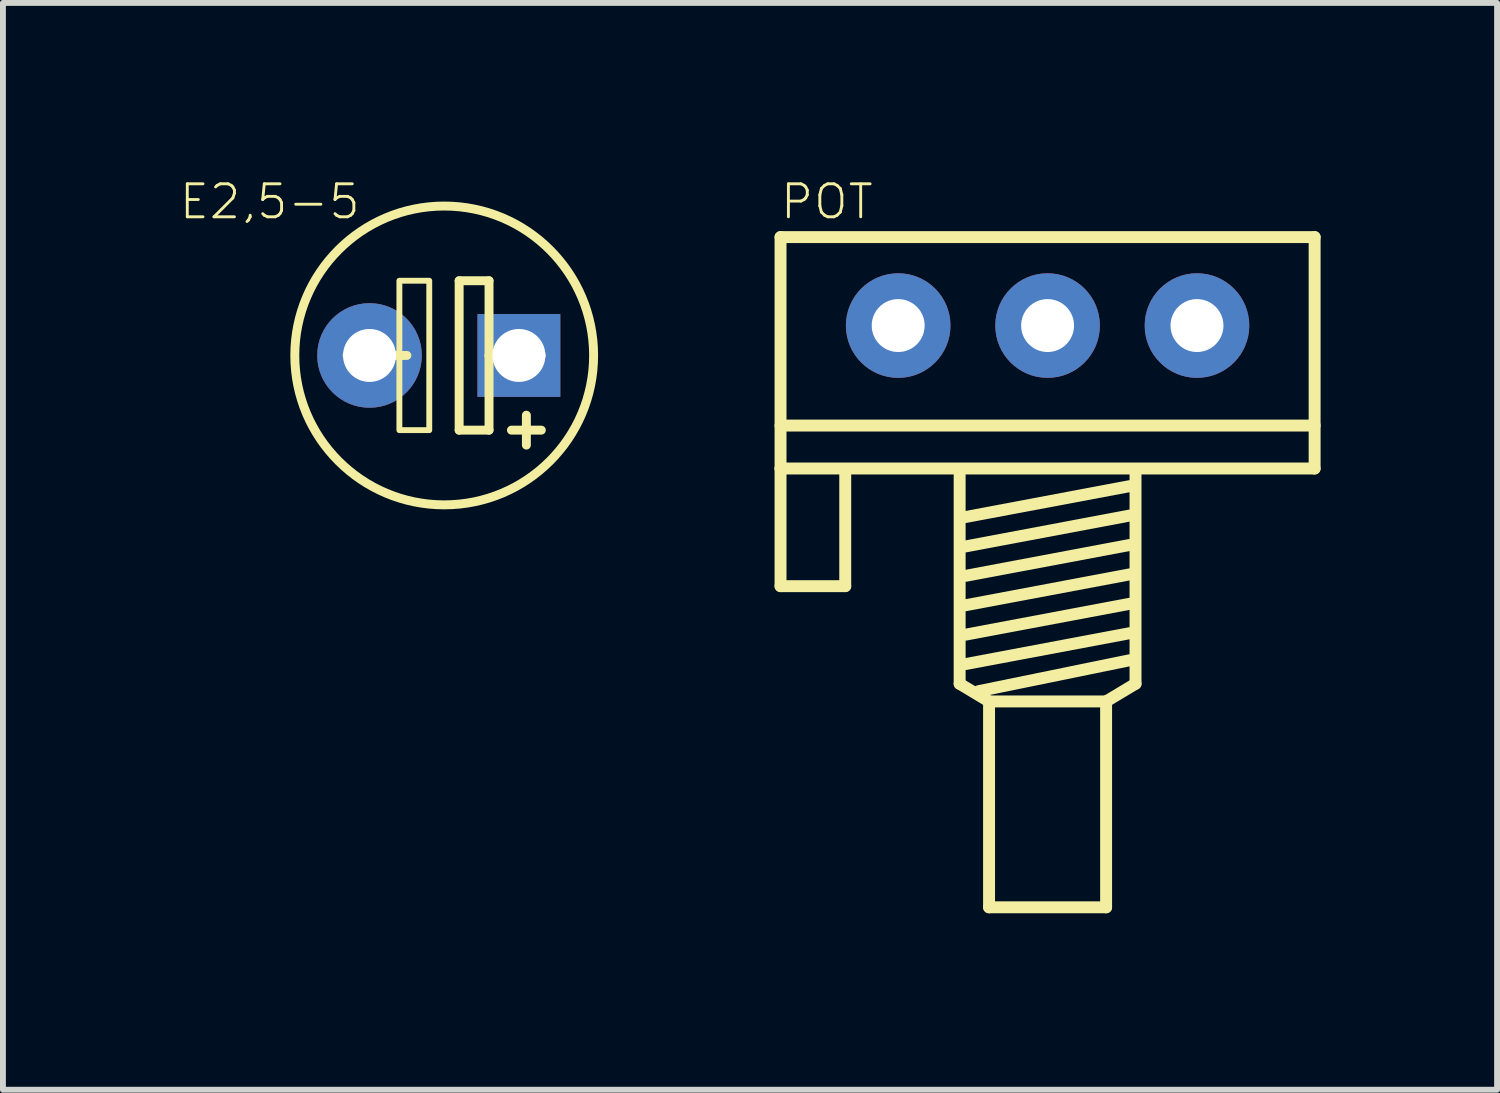
<source format=kicad_pcb>
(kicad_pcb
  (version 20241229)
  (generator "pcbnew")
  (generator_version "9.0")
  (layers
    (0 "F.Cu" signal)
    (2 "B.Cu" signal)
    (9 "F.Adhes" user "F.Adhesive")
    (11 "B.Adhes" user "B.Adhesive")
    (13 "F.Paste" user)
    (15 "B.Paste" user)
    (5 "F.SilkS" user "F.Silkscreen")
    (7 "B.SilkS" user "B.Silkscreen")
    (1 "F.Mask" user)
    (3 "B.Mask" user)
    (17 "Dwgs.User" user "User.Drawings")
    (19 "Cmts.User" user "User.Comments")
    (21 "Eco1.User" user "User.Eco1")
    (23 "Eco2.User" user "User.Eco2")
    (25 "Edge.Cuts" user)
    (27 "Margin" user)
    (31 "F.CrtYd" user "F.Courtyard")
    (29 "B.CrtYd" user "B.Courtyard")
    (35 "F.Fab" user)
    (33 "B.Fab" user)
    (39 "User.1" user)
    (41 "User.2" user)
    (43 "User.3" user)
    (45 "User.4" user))
  (footprint "POT"
    (layer "F.Cu")
    (at 14.76 2.485)
    (property "Reference" "POT" (at -4.572 -1.778 0) (layer "F.SilkS") (effects (font (size 0.561 0.561) (thickness 0.049)) (justify left bottom)))
    (fp_line (start -4.54 -1.504) (end 4.54 -1.504) (stroke (width 0.203) (type solid)) (layer "F.SilkS"))
    (fp_line (start -4.54 1.7) (end 4.54 1.7) (stroke (width 0.203) (type solid)) (layer "F.SilkS"))
    (fp_line (start -4.54 2.43) (end -4.54 -1.504) (stroke (width 0.203) (type solid)) (layer "F.SilkS"))
    (fp_line (start -4.54 2.43) (end -4.54 4.43) (stroke (width 0.203) (type solid)) (layer "F.SilkS"))
    (fp_line (start -4.54 2.43) (end 4.54 2.43) (stroke (width 0.203) (type solid)) (layer "F.SilkS"))
    (fp_line (start -4.54 4.43) (end -3.44 4.43) (stroke (width 0.203) (type solid)) (layer "F.SilkS"))
    (fp_line (start -3.44 4.43) (end -3.44 2.53) (stroke (width 0.203) (type solid)) (layer "F.SilkS"))
    (fp_line (start -1.495 2.53) (end -1.495 6.09) (stroke (width 0.203) (type solid)) (layer "F.SilkS"))
    (fp_line (start -1.495 6.09) (end -0.995 6.39) (stroke (width 0.203) (type solid)) (layer "F.SilkS"))
    (fp_line (start -1.395 3.255) (end 1.395 2.73) (stroke (width 0.203) (type solid)) (layer "F.SilkS"))
    (fp_line (start -1.395 3.755) (end 1.395 3.23) (stroke (width 0.203) (type solid)) (layer "F.SilkS"))
    (fp_line (start -1.395 4.255) (end 1.395 3.73) (stroke (width 0.203) (type solid)) (layer "F.SilkS"))
    (fp_line (start -1.395 4.755) (end 1.395 4.23) (stroke (width 0.203) (type solid)) (layer "F.SilkS"))
    (fp_line (start -1.395 5.255) (end 1.395 4.73) (stroke (width 0.203) (type solid)) (layer "F.SilkS"))
    (fp_line (start -1.395 5.755) (end 1.395 5.23) (stroke (width 0.203) (type solid)) (layer "F.SilkS"))
    (fp_line (start -1.17 6.215) (end 1.395 5.69) (stroke (width 0.203) (type solid)) (layer "F.SilkS"))
    (fp_line (start -0.995 6.39) (end -0.995 9.89) (stroke (width 0.203) (type solid)) (layer "F.SilkS"))
    (fp_line (start -0.995 6.39) (end 0.995 6.39) (stroke (width 0.203) (type solid)) (layer "F.SilkS"))
    (fp_line (start -0.995 9.89) (end 0.995 9.89) (stroke (width 0.203) (type solid)) (layer "F.SilkS"))
    (fp_line (start 0.995 6.39) (end 1.495 6.09) (stroke (width 0.203) (type solid)) (layer "F.SilkS"))
    (fp_line (start 0.995 9.89) (end 0.995 6.39) (stroke (width 0.203) (type solid)) (layer "F.SilkS"))
    (fp_line (start 1.495 6.09) (end 1.495 2.53) (stroke (width 0.203) (type solid)) (layer "F.SilkS"))
    (fp_line (start 4.54 2.43) (end 4.54 -1.504) (stroke (width 0.203) (type solid)) (layer "F.SilkS"))
    (pad "A" thru_hole circle (at -2.54 0) (size 1.778 1.778) (drill 0.9) (layers "*.Cu" "*.Mask"))
    (pad "E" thru_hole circle (at 2.54 0) (size 1.778 1.778) (drill 0.9) (layers "*.Cu" "*.Mask"))
    (pad "S" thru_hole circle (at 0 0) (size 1.778 1.778) (drill 0.9) (layers "*.Cu" "*.Mask")))
  (footprint "E2,5-5"
    (layer "F.Cu")
    (at 4.502 2.993)
    (property "Reference" "E2,5-5" (at -1.397 -2.286 0) (layer "F.SilkS") (effects (font (size 0.561 0.561) (thickness 0.049)) (justify right bottom)))
    (fp_line (start -0.635 0) (end -1.651 0) (stroke (width 0.152) (type solid)) (layer "F.SilkS"))
    (fp_line (start 0.254 -1.27) (end 0.254 1.27) (stroke (width 0.152) (type solid)) (layer "F.SilkS"))
    (fp_line (start 0.254 1.27) (end 0.762 1.27) (stroke (width 0.152) (type solid)) (layer "F.SilkS"))
    (fp_line (start 0.762 -1.27) (end 0.254 -1.27) (stroke (width 0.152) (type solid)) (layer "F.SilkS"))
    (fp_line (start 0.762 0) (end 0.762 -1.27) (stroke (width 0.152) (type solid)) (layer "F.SilkS"))
    (fp_line (start 0.762 1.27) (end 0.762 0) (stroke (width 0.152) (type solid)) (layer "F.SilkS"))
    (fp_line (start 1.397 1.016) (end 1.397 1.27) (stroke (width 0.152) (type solid)) (layer "F.SilkS"))
    (fp_line (start 1.397 1.27) (end 1.143 1.27) (stroke (width 0.152) (type solid)) (layer "F.SilkS"))
    (fp_line (start 1.397 1.27) (end 1.397 1.524) (stroke (width 0.152) (type solid)) (layer "F.SilkS"))
    (fp_line (start 1.651 0) (end 0.762 0) (stroke (width 0.152) (type solid)) (layer "F.SilkS"))
    (fp_line (start 1.651 1.27) (end 1.397 1.27) (stroke (width 0.152) (type solid)) (layer "F.SilkS"))
    (fp_circle (center 0 0) (end 2.54 0) (stroke (width 0.152) (type solid)) (fill no) (layer "F.SilkS"))
    (fp_poly (pts (xy -0.254 -1.27) (xy -0.762 -1.27) (xy -0.762 1.27) (xy -0.254 1.27)) (stroke (width 0.1) (type solid)) (fill no) (layer "F.SilkS"))
    (pad "+" thru_hole rect (at 1.27 0) (size 1.408 1.408) (drill 0.9) (layers "*.Cu" "*.Mask"))
    (pad "-" thru_hole circle (at -1.27 0) (size 1.778 1.778) (drill 0.9) (layers "*.Cu" "*.Mask")))
  (gr_rect
    (start -3 -3)
    (end 22.402 15.477)
    (stroke (width 0.1) (type default))
    (fill no)
    (layer "Edge.Cuts")))
</source>
